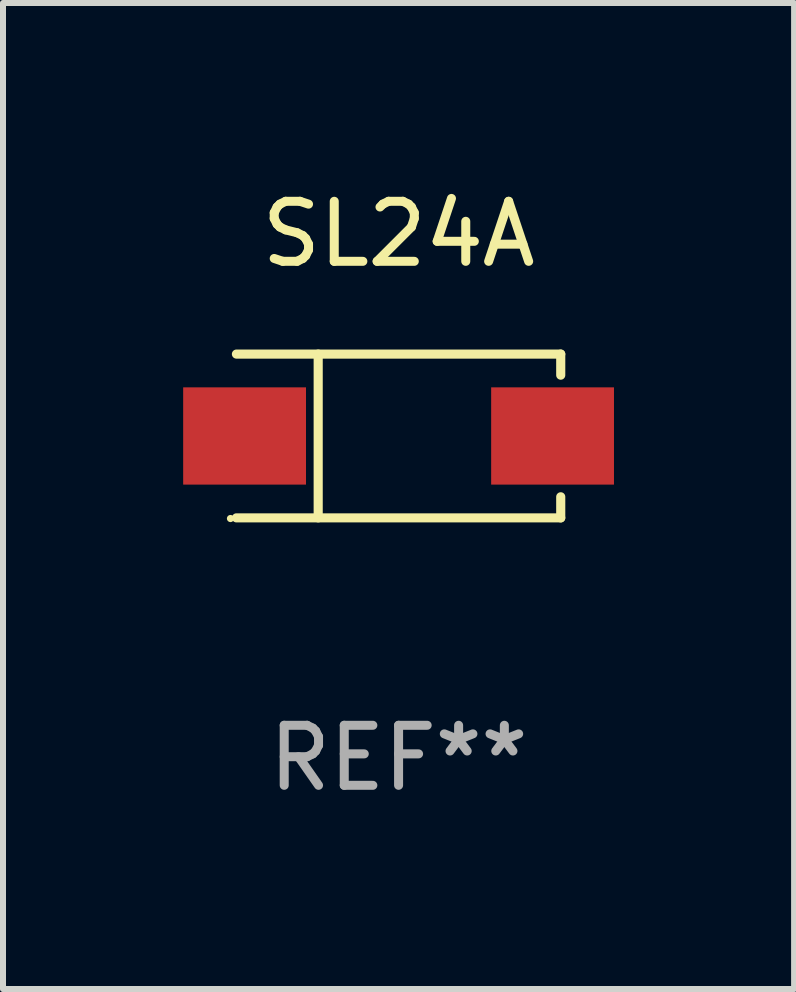
<source format=kicad_pcb>
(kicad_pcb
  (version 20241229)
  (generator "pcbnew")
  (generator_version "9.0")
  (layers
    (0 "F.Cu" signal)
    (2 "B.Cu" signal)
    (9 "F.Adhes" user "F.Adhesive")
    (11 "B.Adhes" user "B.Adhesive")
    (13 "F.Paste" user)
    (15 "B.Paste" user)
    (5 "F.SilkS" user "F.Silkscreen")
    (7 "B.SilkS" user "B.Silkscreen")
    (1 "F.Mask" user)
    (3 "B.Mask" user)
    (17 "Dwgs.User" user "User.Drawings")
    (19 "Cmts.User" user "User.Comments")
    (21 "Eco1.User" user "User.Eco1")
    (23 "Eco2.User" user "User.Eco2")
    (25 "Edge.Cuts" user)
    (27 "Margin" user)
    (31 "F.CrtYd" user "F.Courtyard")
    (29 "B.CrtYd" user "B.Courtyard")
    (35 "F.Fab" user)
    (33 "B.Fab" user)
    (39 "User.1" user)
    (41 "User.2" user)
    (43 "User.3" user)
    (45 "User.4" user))
  (footprint "SL24A"
    (layer "F.Cu")
    (at 3.589 4.212)
    (property "Reference" "SL24A" (at 0 -3.364 0) (layer "F.SilkS") (effects (font (size 1 1) (thickness 0.15))))
    (attr through_hole)
    (fp_line (start -2.701 -1.364) (end 2.701 -1.364) (stroke (width 0.152) (type solid)) (layer "F.SilkS"))
    (fp_line (start -2.701 1.364) (end 2.701 1.364) (stroke (width 0.152) (type solid)) (layer "F.SilkS"))
    (fp_line (start -1.339 -1.364) (end -1.339 1.364) (stroke (width 0.152) (type solid)) (layer "F.SilkS"))
    (fp_line (start 2.701 -1.364) (end 2.701 -1.013) (stroke (width 0.152) (type solid)) (layer "F.SilkS"))
    (fp_line (start 2.701 1.364) (end 2.701 1.013) (stroke (width 0.152) (type solid)) (layer "F.SilkS"))
    (fp_circle (center -2.8 1.375) (end -2.77 1.375) (stroke (width 0.06) (type solid)) (fill no) (layer "F.SilkS"))
    (fp_text user "REF**" (at 0 5.364 0) (layer "F.Fab") (effects (font (size 1 1) (thickness 0.15))))
    (pad "1" smd rect (at -2.565 -0.000025) (size 2.046 1.62) (layers "F.Cu" "F.Mask" "F.Paste"))
    (pad "2" smd rect (at 2.565 -0.000025) (size 2.046 1.62) (layers "F.Cu" "F.Mask" "F.Paste")))
  (gr_rect
    (start -3 -3)
    (end 10.177 13.424)
    (stroke (width 0.1) (type default))
    (fill no)
    (layer "Edge.Cuts")))
</source>
